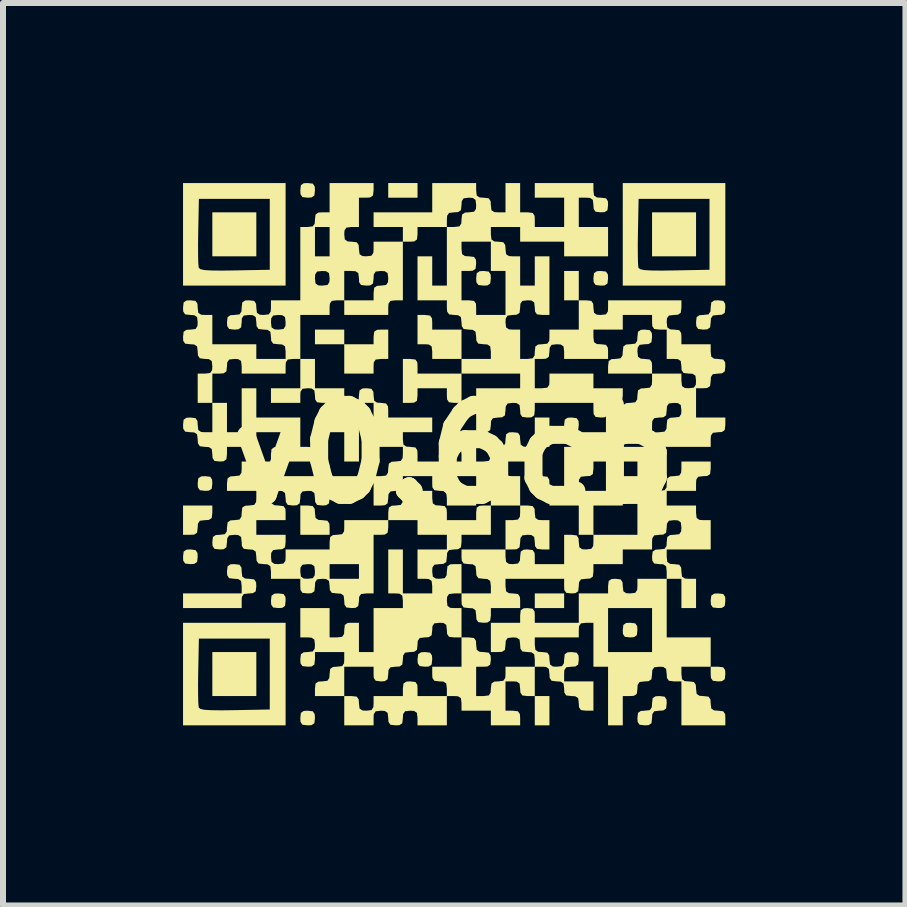
<source format=kicad_pcb>
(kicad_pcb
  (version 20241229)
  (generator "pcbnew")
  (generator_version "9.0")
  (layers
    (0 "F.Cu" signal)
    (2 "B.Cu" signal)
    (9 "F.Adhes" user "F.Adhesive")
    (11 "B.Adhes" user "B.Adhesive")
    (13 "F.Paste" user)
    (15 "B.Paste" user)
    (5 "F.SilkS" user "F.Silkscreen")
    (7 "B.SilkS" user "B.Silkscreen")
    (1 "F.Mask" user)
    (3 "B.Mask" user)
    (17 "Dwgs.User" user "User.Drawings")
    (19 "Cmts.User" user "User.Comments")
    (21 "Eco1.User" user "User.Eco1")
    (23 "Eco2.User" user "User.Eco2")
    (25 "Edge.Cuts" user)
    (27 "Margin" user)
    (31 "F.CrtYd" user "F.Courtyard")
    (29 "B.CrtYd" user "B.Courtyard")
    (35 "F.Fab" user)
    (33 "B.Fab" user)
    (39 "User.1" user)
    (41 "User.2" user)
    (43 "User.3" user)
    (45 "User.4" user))
  (footprint "v0.6cb"
    (layer "F.Cu")
    (at 4.518 4.518)
    (property "Reference" "v0.6cb" (at 0 0 0) (layer "F.SilkS") (effects (font (size 1.5 1.5) (thickness 0.3))))
    (attr board_only exclude_from_pos_files exclude_from_bom)
    (fp_poly (pts (xy -3.297 -3.663) (xy -3.297 -3.297) (xy -3.663 -3.297) (xy -4.03 -3.297) (xy -4.03 -3.663) (xy -4.03 -4.03) (xy -3.663 -4.03) (xy -3.297 -4.03)) (stroke (width 0) (type solid)) (fill yes) (layer "F.SilkS"))
    (fp_poly (pts (xy -3.297 3.663) (xy -3.297 4.03) (xy -3.663 4.03) (xy -4.03 4.03) (xy -4.03 3.663) (xy -4.03 3.297) (xy -3.663 3.297) (xy -3.297 3.297)) (stroke (width 0) (type solid)) (fill yes) (layer "F.SilkS"))
    (fp_poly (pts (xy -0.611 -4.396) (xy -0.611 -4.274) (xy -0.855 -4.274) (xy -1.099 -4.274) (xy -1.099 -4.396) (xy -1.099 -4.518) (xy -0.855 -4.518) (xy -0.611 -4.518)) (stroke (width 0) (type solid)) (fill yes) (layer "F.SilkS"))
    (fp_poly (pts (xy 1.587 4.274) (xy 1.587 4.518) (xy 1.465 4.518) (xy 1.343 4.518) (xy 1.343 4.274) (xy 1.343 4.03) (xy 1.465 4.03) (xy 1.587 4.03)) (stroke (width 0) (type solid)) (fill yes) (layer "F.SilkS"))
    (fp_poly (pts (xy 1.832 2.442) (xy 1.832 2.564) (xy 1.587 2.564) (xy 1.343 2.564) (xy 1.343 2.442) (xy 1.343 2.32) (xy 1.587 2.32) (xy 1.832 2.32)) (stroke (width 0) (type solid)) (fill yes) (layer "F.SilkS"))
    (fp_poly (pts (xy 2.076 -2.809) (xy 2.076 -2.564) (xy 1.954 -2.564) (xy 1.832 -2.564) (xy 1.832 -2.809) (xy 1.832 -3.053) (xy 1.954 -3.053) (xy 2.076 -3.053)) (stroke (width 0) (type solid)) (fill yes) (layer "F.SilkS"))
    (fp_poly (pts (xy 4.03 -3.663) (xy 4.03 -3.297) (xy 3.663 -3.297) (xy 3.297 -3.297) (xy 3.297 -3.663) (xy 3.297 -4.03) (xy 3.663 -4.03) (xy 4.03 -4.03)) (stroke (width 0) (type solid)) (fill yes) (layer "F.SilkS"))
    (fp_poly (pts (xy 4.483 3.551) (xy 4.515 3.599) (xy 4.518 3.663) (xy 4.508 3.75) (xy 4.461 3.782) (xy 4.396 3.786) (xy 4.31 3.775) (xy 4.278 3.728) (xy 4.274 3.663) (xy 4.274 3.541) (xy 4.396 3.541)) (stroke (width 0) (type solid)) (fill yes) (layer "F.SilkS"))
    (fp_poly (pts (xy -4.31 1.598) (xy -4.278 1.645) (xy -4.274 1.71) (xy -4.284 1.796) (xy -4.332 1.828) (xy -4.396 1.832) (xy -4.483 1.822) (xy -4.515 1.774) (xy -4.518 1.71) (xy -4.508 1.623) (xy -4.461 1.591) (xy -4.396 1.587)) (stroke (width 0) (type solid)) (fill yes) (layer "F.SilkS"))
    (fp_poly (pts (xy -4.065 0.376) (xy -4.034 0.424) (xy -4.03 0.488) (xy -4.04 0.575) (xy -4.087 0.607) (xy -4.152 0.611) (xy -4.238 0.6) (xy -4.27 0.553) (xy -4.274 0.488) (xy -4.264 0.402) (xy -4.216 0.37) (xy -4.152 0.366)) (stroke (width 0) (type solid)) (fill yes) (layer "F.SilkS"))
    (fp_poly (pts (xy -2.844 2.33) (xy -2.812 2.378) (xy -2.809 2.442) (xy -2.819 2.529) (xy -2.866 2.561) (xy -2.931 2.564) (xy -3.017 2.554) (xy -3.049 2.507) (xy -3.053 2.442) (xy -3.043 2.356) (xy -2.995 2.324) (xy -2.931 2.32)) (stroke (width 0) (type solid)) (fill yes) (layer "F.SilkS"))
    (fp_poly (pts (xy -2.356 -4.508) (xy -2.324 -4.461) (xy -2.32 -4.396) (xy -2.33 -4.31) (xy -2.378 -4.278) (xy -2.442 -4.274) (xy -2.529 -4.284) (xy -2.561 -4.332) (xy -2.564 -4.396) (xy -2.554 -4.483) (xy -2.507 -4.515) (xy -2.442 -4.518)) (stroke (width 0) (type solid)) (fill yes) (layer "F.SilkS"))
    (fp_poly (pts (xy -2.356 4.284) (xy -2.324 4.332) (xy -2.32 4.396) (xy -2.33 4.483) (xy -2.378 4.515) (xy -2.442 4.518) (xy -2.529 4.508) (xy -2.561 4.461) (xy -2.564 4.396) (xy -2.554 4.31) (xy -2.507 4.278) (xy -2.442 4.274)) (stroke (width 0) (type solid)) (fill yes) (layer "F.SilkS"))
    (fp_poly (pts (xy -0.402 3.307) (xy -0.37 3.355) (xy -0.366 3.419) (xy -0.376 3.506) (xy -0.424 3.538) (xy -0.488 3.541) (xy -0.575 3.531) (xy -0.607 3.484) (xy -0.611 3.419) (xy -0.6 3.333) (xy -0.553 3.301) (xy -0.488 3.297)) (stroke (width 0) (type solid)) (fill yes) (layer "F.SilkS"))
    (fp_poly (pts (xy 0.575 -3.043) (xy 0.607 -2.995) (xy 0.611 -2.931) (xy 0.6 -2.844) (xy 0.553 -2.812) (xy 0.488 -2.809) (xy 0.402 -2.819) (xy 0.37 -2.866) (xy 0.366 -2.931) (xy 0.376 -3.017) (xy 0.424 -3.049) (xy 0.488 -3.053)) (stroke (width 0) (type solid)) (fill yes) (layer "F.SilkS"))
    (fp_poly (pts (xy 1.552 0.376) (xy 1.584 0.424) (xy 1.587 0.488) (xy 1.577 0.575) (xy 1.53 0.607) (xy 1.465 0.611) (xy 1.379 0.6) (xy 1.347 0.553) (xy 1.343 0.488) (xy 1.353 0.402) (xy 1.401 0.37) (xy 1.465 0.366)) (stroke (width 0) (type solid)) (fill yes) (layer "F.SilkS"))
    (fp_poly (pts (xy 2.04 -0.6) (xy 2.072 -0.553) (xy 2.076 -0.488) (xy 2.066 -0.402) (xy 2.018 -0.37) (xy 1.954 -0.366) (xy 1.867 -0.376) (xy 1.835 -0.424) (xy 1.832 -0.488) (xy 1.842 -0.575) (xy 1.889 -0.607) (xy 1.954 -0.611)) (stroke (width 0) (type solid)) (fill yes) (layer "F.SilkS"))
    (fp_poly (pts (xy 2.529 -3.043) (xy 2.561 -2.995) (xy 2.564 -2.931) (xy 2.554 -2.844) (xy 2.507 -2.812) (xy 2.442 -2.809) (xy 2.356 -2.819) (xy 2.324 -2.866) (xy 2.32 -2.931) (xy 2.33 -3.017) (xy 2.378 -3.049) (xy 2.442 -3.053)) (stroke (width 0) (type solid)) (fill yes) (layer "F.SilkS"))
    (fp_poly (pts (xy 3.017 2.819) (xy 3.049 2.866) (xy 3.053 2.931) (xy 3.043 3.017) (xy 2.995 3.049) (xy 2.931 3.053) (xy 2.844 3.043) (xy 2.812 2.995) (xy 2.809 2.931) (xy 2.819 2.844) (xy 2.866 2.812) (xy 2.931 2.809)) (stroke (width 0) (type solid)) (fill yes) (layer "F.SilkS"))
    (fp_poly (pts (xy 4.483 2.33) (xy 4.515 2.378) (xy 4.518 2.442) (xy 4.508 2.529) (xy 4.461 2.561) (xy 4.396 2.564) (xy 4.31 2.554) (xy 4.278 2.507) (xy 4.274 2.442) (xy 4.284 2.356) (xy 4.332 2.324) (xy 4.396 2.32)) (stroke (width 0) (type solid)) (fill yes) (layer "F.SilkS"))
    (fp_poly (pts (xy -4.03 0.977) (xy -4.04 1.063) (xy -4.087 1.095) (xy -4.152 1.099) (xy -4.238 1.109) (xy -4.27 1.157) (xy -4.274 1.221) (xy -4.284 1.308) (xy -4.332 1.34) (xy -4.396 1.343) (xy -4.518 1.343) (xy -4.518 1.099) (xy -4.518 0.855) (xy -4.274 0.855) (xy -4.03 0.855)) (stroke (width 0) (type solid)) (fill yes) (layer "F.SilkS"))
    (fp_poly (pts (xy -2.356 0.865) (xy -2.324 0.912) (xy -2.32 0.977) (xy -2.31 1.063) (xy -2.263 1.095) (xy -2.198 1.099) (xy -2.112 1.109) (xy -2.08 1.157) (xy -2.076 1.221) (xy -2.076 1.343) (xy -2.32 1.343) (xy -2.564 1.343) (xy -2.564 1.099) (xy -2.564 0.855) (xy -2.442 0.855)) (stroke (width 0) (type solid)) (fill yes) (layer "F.SilkS"))
    (fp_poly (pts (xy -0.402 -2.31) (xy -0.37 -2.263) (xy -0.366 -2.198) (xy -0.366 -2.076) (xy -0.122 -2.076) (xy 0.122 -2.076) (xy 0.122 -1.832) (xy 0.122 -1.587) (xy -0.122 -1.587) (xy -0.366 -1.587) (xy -0.366 -1.71) (xy -0.376 -1.796) (xy -0.424 -1.828) (xy -0.488 -1.832) (xy -0.611 -1.832) (xy -0.611 -2.076) (xy -0.611 -2.32) (xy -0.488 -2.32)) (stroke (width 0) (type solid)) (fill yes) (layer "F.SilkS"))
    (fp_poly (pts (xy -0.646 -1.577) (xy -0.614 -1.53) (xy -0.611 -1.465) (xy -0.611 -1.343) (xy -0.244 -1.343) (xy 0.122 -1.343) (xy 0.122 -1.099) (xy 0.122 -0.855) (xy 0 -0.855) (xy -0.086 -0.865) (xy -0.118 -0.912) (xy -0.122 -0.977) (xy -0.122 -1.099) (xy -0.366 -1.099) (xy -0.611 -1.099) (xy -0.611 -0.977) (xy -0.621 -0.89) (xy -0.668 -0.859) (xy -0.733 -0.855) (xy -0.855 -0.855) (xy -0.855 -1.221) (xy -0.855 -1.587) (xy -0.733 -1.587)) (stroke (width 0) (type solid)) (fill yes) (layer "F.SilkS"))
    (fp_poly (pts (xy 3.506 4.04) (xy 3.538 4.087) (xy 3.541 4.152) (xy 3.531 4.238) (xy 3.484 4.27) (xy 3.419 4.274) (xy 3.333 4.284) (xy 3.301 4.332) (xy 3.297 4.396) (xy 3.287 4.483) (xy 3.239 4.515) (xy 3.175 4.518) (xy 3.089 4.508) (xy 3.057 4.461) (xy 3.053 4.396) (xy 3.063 4.31) (xy 3.111 4.278) (xy 3.175 4.274) (xy 3.261 4.264) (xy 3.293 4.216) (xy 3.297 4.152) (xy 3.307 4.065) (xy 3.355 4.034) (xy 3.419 4.03)) (stroke (width 0) (type solid)) (fill yes) (layer "F.SilkS"))
    (fp_poly (pts (xy 4.483 -2.554) (xy 4.515 -2.507) (xy 4.518 -2.442) (xy 4.508 -2.356) (xy 4.461 -2.324) (xy 4.396 -2.32) (xy 4.31 -2.31) (xy 4.278 -2.263) (xy 4.274 -2.198) (xy 4.264 -2.112) (xy 4.216 -2.08) (xy 4.152 -2.076) (xy 4.065 -2.086) (xy 4.034 -2.134) (xy 4.03 -2.198) (xy 4.04 -2.285) (xy 4.087 -2.316) (xy 4.152 -2.32) (xy 4.238 -2.33) (xy 4.27 -2.378) (xy 4.274 -2.442) (xy 4.284 -2.529) (xy 4.332 -2.561) (xy 4.396 -2.564)) (stroke (width 0) (type solid)) (fill yes) (layer "F.SilkS"))
    (fp_poly (pts (xy -1.832 -1.954) (xy -1.832 -1.832) (xy -1.587 -1.832) (xy -1.343 -1.832) (xy -1.343 -1.954) (xy -1.333 -2.04) (xy -1.286 -2.072) (xy -1.221 -2.076) (xy -1.099 -2.076) (xy -1.099 -1.832) (xy -1.099 -1.587) (xy -1.221 -1.587) (xy -1.308 -1.577) (xy -1.34 -1.53) (xy -1.343 -1.465) (xy -1.343 -1.343) (xy -1.587 -1.343) (xy -1.832 -1.343) (xy -1.832 -1.587) (xy -1.832 -1.832) (xy -2.076 -1.832) (xy -2.32 -1.832) (xy -2.32 -1.954) (xy -2.32 -2.076) (xy -2.076 -2.076) (xy -1.832 -2.076)) (stroke (width 0) (type solid)) (fill yes) (layer "F.SilkS"))
    (fp_poly (pts (xy -2.809 -3.663) (xy -2.809 -2.809) (xy -3.663 -2.809) (xy -4.518 -2.809) (xy -4.518 -3.5) (xy -4.268 -3.5) (xy -4.267 -3.321) (xy -4.264 -3.185) (xy -4.257 -3.111) (xy -4.256 -3.105) (xy -4.229 -3.083) (xy -4.163 -3.068) (xy -4.046 -3.061) (xy -3.868 -3.059) (xy -3.654 -3.062) (xy -3.073 -3.073) (xy -3.073 -3.663) (xy -3.073 -4.254) (xy -3.663 -4.254) (xy -4.254 -4.254) (xy -4.265 -3.706) (xy -4.268 -3.5) (xy -4.518 -3.5) (xy -4.518 -3.663) (xy -4.518 -4.518) (xy -3.663 -4.518) (xy -2.809 -4.518)) (stroke (width 0) (type solid)) (fill yes) (layer "F.SilkS"))
    (fp_poly (pts (xy -2.809 3.663) (xy -2.809 4.518) (xy -3.663 4.518) (xy -4.518 4.518) (xy -4.518 3.827) (xy -4.268 3.827) (xy -4.267 4.006) (xy -4.264 4.141) (xy -4.257 4.216) (xy -4.256 4.222) (xy -4.229 4.244) (xy -4.163 4.259) (xy -4.046 4.266) (xy -3.868 4.268) (xy -3.654 4.265) (xy -3.073 4.254) (xy -3.073 3.663) (xy -3.073 3.073) (xy -3.663 3.073) (xy -4.254 3.073) (xy -4.265 3.621) (xy -4.268 3.827) (xy -4.518 3.827) (xy -4.518 3.663) (xy -4.518 2.809) (xy -3.663 2.809) (xy -2.809 2.809)) (stroke (width 0) (type solid)) (fill yes) (layer "F.SilkS"))
    (fp_poly (pts (xy 4.518 -3.663) (xy 4.518 -2.809) (xy 3.663 -2.809) (xy 2.809 -2.809) (xy 2.809 -3.5) (xy 3.059 -3.5) (xy 3.06 -3.321) (xy 3.063 -3.185) (xy 3.069 -3.111) (xy 3.071 -3.105) (xy 3.098 -3.083) (xy 3.164 -3.068) (xy 3.281 -3.061) (xy 3.459 -3.059) (xy 3.673 -3.062) (xy 4.254 -3.073) (xy 4.254 -3.663) (xy 4.254 -4.254) (xy 3.663 -4.254) (xy 3.073 -4.254) (xy 3.062 -3.706) (xy 3.059 -3.5) (xy 2.809 -3.5) (xy 2.809 -3.663) (xy 2.809 -4.518) (xy 3.663 -4.518) (xy 4.518 -4.518)) (stroke (width 0) (type solid)) (fill yes) (layer "F.SilkS"))
    (fp_poly (pts (xy 1.308 0.865) (xy 1.34 0.912) (xy 1.343 0.977) (xy 1.353 1.063) (xy 1.401 1.095) (xy 1.465 1.099) (xy 1.587 1.099) (xy 1.587 1.343) (xy 1.587 1.587) (xy 1.465 1.587) (xy 1.379 1.577) (xy 1.347 1.53) (xy 1.343 1.465) (xy 1.333 1.379) (xy 1.286 1.347) (xy 1.221 1.343) (xy 1.135 1.353) (xy 1.103 1.401) (xy 1.099 1.465) (xy 1.089 1.552) (xy 1.041 1.584) (xy 0.977 1.587) (xy 0.855 1.587) (xy 0.855 1.343) (xy 0.855 1.099) (xy 0.977 1.099) (xy 1.063 1.089) (xy 1.095 1.041) (xy 1.099 0.977) (xy 1.099 0.855) (xy 1.221 0.855)) (stroke (width 0) (type solid)) (fill yes) (layer "F.SilkS"))
    (fp_poly (pts (xy -3.577 1.842) (xy -3.545 1.889) (xy -3.541 1.954) (xy -3.531 2.04) (xy -3.484 2.072) (xy -3.419 2.076) (xy -3.333 2.086) (xy -3.301 2.134) (xy -3.297 2.198) (xy -3.307 2.285) (xy -3.355 2.316) (xy -3.419 2.32) (xy -3.506 2.33) (xy -3.538 2.378) (xy -3.541 2.442) (xy -3.541 2.564) (xy -4.03 2.564) (xy -4.518 2.564) (xy -4.518 2.442) (xy -4.518 2.32) (xy -4.03 2.32) (xy -3.541 2.32) (xy -3.541 2.198) (xy -3.551 2.112) (xy -3.599 2.08) (xy -3.663 2.076) (xy -3.75 2.066) (xy -3.782 2.018) (xy -3.786 1.954) (xy -3.775 1.867) (xy -3.728 1.835) (xy -3.663 1.832)) (stroke (width 0) (type solid)) (fill yes) (layer "F.SilkS"))
    (fp_poly (pts (xy 3.261 -2.066) (xy 3.293 -2.018) (xy 3.297 -1.954) (xy 3.287 -1.867) (xy 3.239 -1.835) (xy 3.175 -1.832) (xy 3.089 -1.822) (xy 3.057 -1.774) (xy 3.053 -1.71) (xy 3.063 -1.623) (xy 3.111 -1.591) (xy 3.175 -1.587) (xy 3.261 -1.577) (xy 3.293 -1.53) (xy 3.297 -1.465) (xy 3.297 -1.343) (xy 2.931 -1.343) (xy 2.564 -1.343) (xy 2.564 -1.465) (xy 2.575 -1.552) (xy 2.622 -1.584) (xy 2.687 -1.587) (xy 2.773 -1.598) (xy 2.805 -1.645) (xy 2.809 -1.71) (xy 2.819 -1.796) (xy 2.866 -1.828) (xy 2.931 -1.832) (xy 3.017 -1.842) (xy 3.049 -1.889) (xy 3.053 -1.954) (xy 3.063 -2.04) (xy 3.111 -2.072) (xy 3.175 -2.076)) (stroke (width 0) (type solid)) (fill yes) (layer "F.SilkS"))
    (fp_poly (pts (xy -2.32 -1.343) (xy -2.32 -1.099) (xy -2.076 -1.099) (xy -1.832 -1.099) (xy -1.832 -0.977) (xy -1.822 -0.89) (xy -1.774 -0.859) (xy -1.71 -0.855) (xy -1.623 -0.865) (xy -1.591 -0.912) (xy -1.587 -0.977) (xy -1.577 -1.063) (xy -1.53 -1.095) (xy -1.465 -1.099) (xy -1.379 -1.089) (xy -1.347 -1.041) (xy -1.343 -0.977) (xy -1.333 -0.89) (xy -1.286 -0.859) (xy -1.221 -0.855) (xy -1.135 -0.845) (xy -1.103 -0.797) (xy -1.099 -0.733) (xy -1.099 -0.611) (xy -0.733 -0.611) (xy -0.366 -0.611) (xy -0.366 -0.488) (xy -0.366 -0.366) (xy -0.611 -0.366) (xy -0.855 -0.366) (xy -0.855 -0.244) (xy -0.845 -0.158) (xy -0.797 -0.126) (xy -0.733 -0.122) (xy -0.646 -0.112) (xy -0.614 -0.064) (xy -0.611 0) (xy -0.611 0.122) (xy -0.244 0.122) (xy 0.122 0.122) (xy 0.122 0) (xy 0.112 -0.086) (xy 0.064 -0.118) (xy 0 -0.122) (xy -0.086 -0.132) (xy -0.118 -0.18) (xy -0.122 -0.244) (xy -0.122 -0.366) (xy 0.122 -0.366) (xy 0.366 -0.366) (xy 0.366 -0.122) (xy 0.366 0.122) (xy 0.488 0.122) (xy 0.575 0.112) (xy 0.607 0.064) (xy 0.611 0) (xy 0.621 -0.086) (xy 0.668 -0.118) (xy 0.733 -0.122) (xy 0.819 -0.132) (xy 0.851 -0.18) (xy 0.855 -0.244) (xy 0.865 -0.331) (xy 0.912 -0.363) (xy 0.977 -0.366) (xy 1.063 -0.356) (xy 1.095 -0.309) (xy 1.099 -0.244) (xy 1.109 -0.158) (xy 1.157 -0.126) (xy 1.221 -0.122) (xy 1.343 -0.122) (xy 1.343 -0.366) (xy 1.343 -0.611) (xy 1.465 -0.611) (xy 1.587 -0.611) (xy 1.587 -0.366) (xy 1.587 -0.122) (xy 1.465 -0.122) (xy 1.379 -0.112) (xy 1.347 -0.064) (xy 1.343 0) (xy 1.343 0.122) (xy 1.099 0.122) (xy 0.855 0.122) (xy 0.855 0.244) (xy 0.865 0.331) (xy 0.912 0.363) (xy 0.977 0.366) (xy 1.099 0.366) (xy 1.099 0.611) (xy 1.099 0.855) (xy 0.855 0.855) (xy 0.611 0.855) (xy 0.611 0.733) (xy 0.6 0.646) (xy 0.553 0.614) (xy 0.488 0.611) (xy 0.402 0.621) (xy 0.37 0.668) (xy 0.366 0.733) (xy 0.366 0.855) (xy 0.122 0.855) (xy -0.122 0.855) (xy -0.122 0.733) (xy -0.132 0.646) (xy -0.18 0.614) (xy -0.244 0.611) (xy -0.331 0.6) (xy -0.363 0.553) (xy -0.366 0.488) (xy -0.366 0.366) (xy -0.122 0.366) (xy -0.122 0.488) (xy -0.122 0.611) (xy 0.122 0.611) (xy 0.366 0.611) (xy 0.366 0.488) (xy 0.366 0.366) (xy 0.122 0.366) (xy -0.122 0.366) (xy -0.366 0.366) (xy -0.611 0.366) (xy -0.855 0.366) (xy -0.855 0.488) (xy -0.865 0.575) (xy -0.912 0.607) (xy -0.977 0.611) (xy -1.063 0.621) (xy -1.095 0.668) (xy -1.099 0.733) (xy -1.109 0.819) (xy -1.157 0.851) (xy -1.221 0.855) (xy -1.343 0.855) (xy -1.343 0.611) (xy -1.343 0.366) (xy -1.221 0.366) (xy -1.135 0.356) (xy -1.103 0.309) (xy -1.099 0.244) (xy -1.089 0.158) (xy -1.041 0.126) (xy -0.977 0.122) (xy -0.89 0.112) (xy -0.859 0.064) (xy -0.855 0) (xy -0.855 -0.122) (xy -1.099 -0.122) (xy -1.343 -0.122) (xy -1.343 -0.488) (xy -1.343 -0.855) (xy -1.465 -0.855) (xy -1.587 -0.855) (xy -1.587 -0.366) (xy -1.587 0.122) (xy -1.71 0.122) (xy -1.832 0.122) (xy -1.832 -0.122) (xy -1.832 -0.366) (xy -1.954 -0.366) (xy -2.076 -0.366) (xy -2.076 -0.611) (xy -2.076 -0.855) (xy -2.198 -0.855) (xy -2.285 -0.865) (xy -2.316 -0.912) (xy -2.32 -0.977) (xy -2.33 -1.063) (xy -2.378 -1.095) (xy -2.442 -1.099) (xy -2.529 -1.089) (xy -2.561 -1.041) (xy -2.564 -0.977) (xy -2.564 -0.855) (xy -2.809 -0.855) (xy -3.053 -0.855) (xy -3.053 -0.977) (xy -3.053 -1.099) (xy -2.809 -1.099) (xy -2.564 -1.099) (xy -2.564 -1.343) (xy -2.564 -1.587) (xy -2.442 -1.587) (xy -2.32 -1.587)) (stroke (width 0) (type solid)) (fill yes) (layer "F.SilkS"))
    (fp_poly (pts (xy -3.297 -0.855) (xy -3.297 -0.611) (xy -2.931 -0.611) (xy -2.564 -0.611) (xy -2.564 -0.366) (xy -2.564 -0.122) (xy -2.442 -0.122) (xy -2.356 -0.112) (xy -2.324 -0.064) (xy -2.32 0) (xy -2.32 0.122) (xy -2.687 0.122) (xy -3.053 0.122) (xy -3.053 0.244) (xy -3.053 0.366) (xy -2.687 0.366) (xy -2.32 0.366) (xy -2.32 0.244) (xy -2.31 0.158) (xy -2.263 0.126) (xy -2.198 0.122) (xy -2.112 0.132) (xy -2.08 0.18) (xy -2.076 0.244) (xy -2.076 0.366) (xy -1.832 0.366) (xy -1.587 0.366) (xy -1.587 0.488) (xy -1.587 0.611) (xy -1.832 0.611) (xy -2.076 0.611) (xy -2.076 0.733) (xy -2.086 0.819) (xy -2.134 0.851) (xy -2.198 0.855) (xy -2.285 0.845) (xy -2.316 0.797) (xy -2.32 0.733) (xy -2.33 0.646) (xy -2.378 0.614) (xy -2.442 0.611) (xy -2.529 0.621) (xy -2.561 0.668) (xy -2.564 0.733) (xy -2.575 0.819) (xy -2.622 0.851) (xy -2.687 0.855) (xy -2.773 0.845) (xy -2.805 0.797) (xy -2.809 0.733) (xy -2.819 0.646) (xy -2.866 0.614) (xy -2.931 0.611) (xy -3.017 0.621) (xy -3.049 0.668) (xy -3.053 0.733) (xy -3.043 0.819) (xy -2.995 0.851) (xy -2.931 0.855) (xy -2.844 0.865) (xy -2.812 0.912) (xy -2.809 0.977) (xy -2.809 1.099) (xy -3.053 1.099) (xy -3.297 1.099) (xy -3.297 1.221) (xy -3.297 1.343) (xy -3.053 1.343) (xy -2.809 1.343) (xy -2.809 1.465) (xy -2.819 1.552) (xy -2.866 1.584) (xy -2.931 1.587) (xy -3.017 1.598) (xy -3.049 1.645) (xy -3.053 1.71) (xy -3.043 1.796) (xy -2.995 1.828) (xy -2.931 1.832) (xy -2.844 1.822) (xy -2.812 1.774) (xy -2.809 1.71) (xy -2.809 1.587) (xy -2.442 1.587) (xy -2.076 1.587) (xy -2.076 1.465) (xy -2.066 1.379) (xy -2.018 1.347) (xy -1.954 1.343) (xy -1.867 1.333) (xy -1.835 1.286) (xy -1.832 1.221) (xy -1.832 1.099) (xy -1.465 1.099) (xy -1.099 1.099) (xy -1.099 0.977) (xy -1.089 0.89) (xy -1.041 0.859) (xy -0.977 0.855) (xy -0.89 0.845) (xy -0.859 0.797) (xy -0.855 0.733) (xy -0.855 0.611) (xy -0.611 0.611) (xy -0.366 0.611) (xy -0.366 0.733) (xy -0.356 0.819) (xy -0.309 0.851) (xy -0.244 0.855) (xy -0.158 0.865) (xy -0.126 0.912) (xy -0.122 0.977) (xy -0.122 1.099) (xy 0.122 1.099) (xy 0.366 1.099) (xy 0.366 0.977) (xy 0.376 0.89) (xy 0.424 0.859) (xy 0.488 0.855) (xy 0.611 0.855) (xy 0.611 1.099) (xy 0.611 1.343) (xy 0.366 1.343) (xy 0.122 1.343) (xy 0.122 1.465) (xy 0.112 1.552) (xy 0.064 1.584) (xy 0 1.587) (xy -0.086 1.598) (xy -0.118 1.645) (xy -0.122 1.71) (xy -0.132 1.796) (xy -0.18 1.828) (xy -0.244 1.832) (xy -0.331 1.842) (xy -0.363 1.889) (xy -0.366 1.954) (xy -0.356 2.04) (xy -0.309 2.072) (xy -0.244 2.076) (xy -0.158 2.066) (xy -0.126 2.018) (xy -0.122 1.954) (xy -0.112 1.867) (xy -0.064 1.835) (xy 0 1.832) (xy 0.122 1.832) (xy 0.122 2.076) (xy 0.122 2.32) (xy 0 2.32) (xy -0.086 2.33) (xy -0.118 2.378) (xy -0.122 2.442) (xy -0.112 2.529) (xy -0.064 2.561) (xy 0 2.564) (xy 0.122 2.564) (xy 0.122 2.809) (xy 0.122 3.053) (xy 0 3.053) (xy -0.086 3.043) (xy -0.118 2.995) (xy -0.122 2.931) (xy -0.132 2.844) (xy -0.18 2.812) (xy -0.244 2.809) (xy -0.331 2.819) (xy -0.363 2.866) (xy -0.366 2.931) (xy -0.376 3.017) (xy -0.424 3.049) (xy -0.488 3.053) (xy -0.575 3.063) (xy -0.607 3.111) (xy -0.611 3.175) (xy -0.621 3.261) (xy -0.668 3.293) (xy -0.733 3.297) (xy -0.819 3.307) (xy -0.851 3.355) (xy -0.855 3.419) (xy -0.865 3.506) (xy -0.912 3.538) (xy -0.977 3.541) (xy -1.063 3.551) (xy -1.095 3.599) (xy -1.099 3.663) (xy -1.109 3.75) (xy -1.157 3.782) (xy -1.221 3.786) (xy -1.308 3.775) (xy -1.34 3.728) (xy -1.343 3.663) (xy -1.343 3.541) (xy -1.587 3.541) (xy -1.832 3.541) (xy -1.832 3.786) (xy -1.832 4.03) (xy -2.076 4.03) (xy -2.32 4.03) (xy -2.32 3.908) (xy -2.31 3.821) (xy -2.263 3.789) (xy -2.198 3.786) (xy -2.112 3.775) (xy -2.08 3.728) (xy -2.076 3.663) (xy -2.066 3.577) (xy -2.018 3.545) (xy -1.954 3.541) (xy -1.867 3.531) (xy -1.835 3.484) (xy -1.832 3.419) (xy -1.832 3.297) (xy -2.076 3.297) (xy -2.32 3.297) (xy -2.32 3.419) (xy -2.33 3.506) (xy -2.378 3.538) (xy -2.442 3.541) (xy -2.529 3.531) (xy -2.561 3.484) (xy -2.564 3.419) (xy -2.554 3.333) (xy -2.507 3.301) (xy -2.442 3.297) (xy -2.356 3.287) (xy -2.324 3.239) (xy -2.32 3.175) (xy -2.33 3.089) (xy -2.378 3.057) (xy -2.442 3.053) (xy -2.564 3.053) (xy -2.564 2.809) (xy -2.564 2.564) (xy -2.32 2.564) (xy -2.076 2.564) (xy -2.076 2.809) (xy -2.076 3.053) (xy -1.954 3.053) (xy -1.867 3.043) (xy -1.835 2.995) (xy -1.832 2.931) (xy -1.822 2.844) (xy -1.774 2.812) (xy -1.71 2.809) (xy -1.587 2.809) (xy -1.587 3.053) (xy -1.587 3.297) (xy -1.465 3.297) (xy -1.343 3.297) (xy -1.343 2.931) (xy -1.343 2.564) (xy -1.099 2.564) (xy -0.855 2.564) (xy -0.855 2.442) (xy -0.865 2.356) (xy -0.912 2.324) (xy -0.977 2.32) (xy -1.099 2.32) (xy -1.099 1.954) (xy -1.099 1.587) (xy -0.977 1.587) (xy -0.855 1.587) (xy -0.855 1.954) (xy -0.855 2.32) (xy -0.611 2.32) (xy -0.366 2.32) (xy -0.366 2.198) (xy -0.376 2.112) (xy -0.424 2.08) (xy -0.488 2.076) (xy -0.611 2.076) (xy -0.611 1.832) (xy -0.611 1.587) (xy -0.366 1.587) (xy -0.122 1.587) (xy -0.122 1.465) (xy -0.122 1.343) (xy -0.366 1.343) (xy -0.611 1.343) (xy -0.611 1.221) (xy -0.611 1.099) (xy -0.855 1.099) (xy -1.099 1.099) (xy -1.099 1.221) (xy -1.109 1.308) (xy -1.157 1.34) (xy -1.221 1.343) (xy -1.343 1.343) (xy -1.343 1.832) (xy -1.343 2.32) (xy -1.465 2.32) (xy -1.552 2.33) (xy -1.584 2.378) (xy -1.587 2.442) (xy -1.598 2.529) (xy -1.645 2.561) (xy -1.71 2.564) (xy -1.796 2.554) (xy -1.828 2.507) (xy -1.832 2.442) (xy -1.842 2.356) (xy -1.889 2.324) (xy -1.954 2.32) (xy -2.04 2.31) (xy -2.072 2.263) (xy -2.076 2.198) (xy -2.086 2.112) (xy -2.134 2.08) (xy -2.198 2.076) (xy -2.285 2.086) (xy -2.316 2.134) (xy -2.32 2.198) (xy -2.33 2.285) (xy -2.378 2.316) (xy -2.442 2.32) (xy -2.529 2.31) (xy -2.561 2.263) (xy -2.564 2.198) (xy -2.564 2.076) (xy -2.809 2.076) (xy -3.053 2.076) (xy -3.053 1.954) (xy -2.564 1.954) (xy -2.554 2.04) (xy -2.507 2.072) (xy -2.442 2.076) (xy -2.356 2.066) (xy -2.324 2.018) (xy -2.32 1.954) (xy -2.33 1.867) (xy -2.378 1.835) (xy -2.442 1.832) (xy -2.076 1.832) (xy -2.076 1.954) (xy -2.076 2.076) (xy -1.832 2.076) (xy -1.587 2.076) (xy -1.587 1.954) (xy -1.587 1.832) (xy -1.832 1.832) (xy -2.076 1.832) (xy -2.442 1.832) (xy -2.529 1.842) (xy -2.561 1.889) (xy -2.564 1.954) (xy -3.053 1.954) (xy -3.063 1.867) (xy -3.111 1.835) (xy -3.175 1.832) (xy -3.261 1.822) (xy -3.293 1.774) (xy -3.297 1.71) (xy -3.307 1.623) (xy -3.355 1.591) (xy -3.419 1.587) (xy -3.506 1.577) (xy -3.538 1.53) (xy -3.541 1.465) (xy -3.551 1.379) (xy -3.599 1.347) (xy -3.663 1.343) (xy -3.75 1.353) (xy -3.782 1.401) (xy -3.786 1.465) (xy -3.796 1.552) (xy -3.843 1.584) (xy -3.908 1.587) (xy -3.994 1.577) (xy -4.026 1.53) (xy -4.03 1.465) (xy -4.02 1.379) (xy -3.972 1.347) (xy -3.908 1.343) (xy -3.821 1.333) (xy -3.789 1.286) (xy -3.786 1.221) (xy -3.775 1.135) (xy -3.728 1.103) (xy -3.663 1.099) (xy -3.577 1.089) (xy -3.545 1.041) (xy -3.541 0.977) (xy -3.531 0.89) (xy -3.484 0.859) (xy -3.419 0.855) (xy -3.333 0.845) (xy -3.301 0.797) (xy -3.297 0.733) (xy -3.297 0.611) (xy -3.541 0.611) (xy -3.786 0.611) (xy -3.786 0.488) (xy -3.775 0.402) (xy -3.728 0.37) (xy -3.663 0.366) (xy -3.577 0.356) (xy -3.545 0.309) (xy -3.541 0.244) (xy -3.541 0.122) (xy -3.297 0.122) (xy -3.053 0.122) (xy -3.053 0) (xy -3.043 -0.086) (xy -2.995 -0.118) (xy -2.931 -0.122) (xy -2.844 -0.132) (xy -2.812 -0.18) (xy -2.809 -0.244) (xy -2.809 -0.366) (xy -3.053 -0.366) (xy -3.297 -0.366) (xy -3.297 -0.244) (xy -3.297 -0.122) (xy -3.541 -0.122) (xy -3.786 -0.122) (xy -3.786 0) (xy -3.796 0.086) (xy -3.843 0.118) (xy -3.908 0.122) (xy -3.994 0.112) (xy -4.026 0.064) (xy -4.03 0) (xy -4.04 -0.086) (xy -4.087 -0.118) (xy -4.152 -0.122) (xy -4.238 -0.132) (xy -4.27 -0.18) (xy -4.274 -0.244) (xy -4.284 -0.331) (xy -4.332 -0.363) (xy -4.396 -0.366) (xy -4.483 -0.376) (xy -4.515 -0.424) (xy -4.518 -0.488) (xy -4.508 -0.575) (xy -4.461 -0.607) (xy -4.396 -0.611) (xy -4.31 -0.6) (xy -4.278 -0.553) (xy -4.274 -0.488) (xy -4.264 -0.402) (xy -4.216 -0.37) (xy -4.152 -0.366) (xy -4.03 -0.366) (xy -4.03 -0.611) (xy -4.03 -0.855) (xy -3.908 -0.855) (xy -3.786 -0.855) (xy -3.786 -0.611) (xy -3.786 -0.366) (xy -3.663 -0.366) (xy -3.541 -0.366) (xy -3.541 -0.733) (xy -3.541 -1.099) (xy -3.419 -1.099) (xy -3.297 -1.099)) (stroke (width 0) (type solid)) (fill yes) (layer "F.SilkS"))
    (fp_poly (pts (xy -1.343 -4.396) (xy -1.353 -4.31) (xy -1.401 -4.278) (xy -1.465 -4.274) (xy -1.587 -4.274) (xy -1.587 -4.03) (xy -1.587 -3.786) (xy -1.71 -3.786) (xy -1.796 -3.775) (xy -1.828 -3.728) (xy -1.832 -3.663) (xy -1.822 -3.577) (xy -1.774 -3.545) (xy -1.71 -3.541) (xy -1.623 -3.531) (xy -1.591 -3.484) (xy -1.587 -3.419) (xy -1.577 -3.333) (xy -1.53 -3.301) (xy -1.465 -3.297) (xy -1.379 -3.307) (xy -1.347 -3.355) (xy -1.343 -3.419) (xy -1.343 -3.541) (xy -1.099 -3.541) (xy -0.855 -3.541) (xy -0.855 -3.663) (xy -0.855 -3.786) (xy -1.099 -3.786) (xy -1.343 -3.786) (xy -1.343 -3.908) (xy -1.343 -4.03) (xy -0.855 -4.03) (xy -0.366 -4.03) (xy -0.366 -4.274) (xy -0.366 -4.518) (xy 0 -4.518) (xy 0.366 -4.518) (xy 0.366 -4.396) (xy 0.376 -4.31) (xy 0.424 -4.278) (xy 0.488 -4.274) (xy 0.575 -4.264) (xy 0.607 -4.216) (xy 0.611 -4.152) (xy 0.621 -4.065) (xy 0.668 -4.034) (xy 0.733 -4.03) (xy 0.855 -4.03) (xy 0.855 -4.274) (xy 0.855 -4.518) (xy 0.977 -4.518) (xy 1.099 -4.518) (xy 1.099 -4.274) (xy 1.099 -4.03) (xy 1.221 -4.03) (xy 1.308 -4.02) (xy 1.34 -3.972) (xy 1.343 -3.908) (xy 1.343 -3.786) (xy 1.587 -3.786) (xy 1.832 -3.786) (xy 1.832 -4.03) (xy 1.832 -4.274) (xy 1.587 -4.274) (xy 1.343 -4.274) (xy 1.343 -4.396) (xy 1.343 -4.518) (xy 1.832 -4.518) (xy 2.32 -4.518) (xy 2.32 -4.396) (xy 2.33 -4.31) (xy 2.378 -4.278) (xy 2.442 -4.274) (xy 2.529 -4.264) (xy 2.561 -4.216) (xy 2.564 -4.152) (xy 2.554 -4.065) (xy 2.507 -4.034) (xy 2.442 -4.03) (xy 2.356 -4.04) (xy 2.324 -4.087) (xy 2.32 -4.152) (xy 2.31 -4.238) (xy 2.263 -4.27) (xy 2.198 -4.274) (xy 2.076 -4.274) (xy 2.076 -4.03) (xy 2.076 -3.786) (xy 2.32 -3.786) (xy 2.564 -3.786) (xy 2.564 -3.541) (xy 2.564 -3.297) (xy 2.198 -3.297) (xy 1.832 -3.297) (xy 1.832 -3.419) (xy 1.832 -3.541) (xy 1.465 -3.541) (xy 1.099 -3.541) (xy 1.099 -3.663) (xy 1.099 -3.786) (xy 0.855 -3.786) (xy 0.611 -3.786) (xy 0.611 -3.663) (xy 0.621 -3.577) (xy 0.668 -3.545) (xy 0.733 -3.541) (xy 0.819 -3.531) (xy 0.851 -3.484) (xy 0.855 -3.419) (xy 0.865 -3.333) (xy 0.912 -3.301) (xy 0.977 -3.297) (xy 1.099 -3.297) (xy 1.099 -3.053) (xy 1.099 -2.809) (xy 1.221 -2.809) (xy 1.343 -2.809) (xy 1.343 -3.053) (xy 1.343 -3.297) (xy 1.465 -3.297) (xy 1.587 -3.297) (xy 1.587 -2.809) (xy 1.587 -2.32) (xy 1.465 -2.32) (xy 1.379 -2.33) (xy 1.347 -2.378) (xy 1.343 -2.442) (xy 1.333 -2.529) (xy 1.286 -2.561) (xy 1.221 -2.564) (xy 1.135 -2.554) (xy 1.103 -2.507) (xy 1.099 -2.442) (xy 1.089 -2.356) (xy 1.041 -2.324) (xy 0.977 -2.32) (xy 0.89 -2.31) (xy 0.859 -2.263) (xy 0.855 -2.198) (xy 0.865 -2.112) (xy 0.912 -2.08) (xy 0.977 -2.076) (xy 1.099 -2.076) (xy 1.099 -1.832) (xy 1.099 -1.587) (xy 1.221 -1.587) (xy 1.308 -1.598) (xy 1.34 -1.645) (xy 1.343 -1.71) (xy 1.353 -1.796) (xy 1.401 -1.828) (xy 1.465 -1.832) (xy 1.552 -1.842) (xy 1.584 -1.889) (xy 1.587 -1.954) (xy 1.587 -2.076) (xy 1.832 -2.076) (xy 2.076 -2.076) (xy 2.076 -2.32) (xy 2.076 -2.564) (xy 2.198 -2.564) (xy 2.285 -2.554) (xy 2.316 -2.507) (xy 2.32 -2.442) (xy 2.33 -2.356) (xy 2.378 -2.324) (xy 2.442 -2.32) (xy 2.529 -2.33) (xy 2.561 -2.378) (xy 2.564 -2.442) (xy 2.564 -2.564) (xy 3.175 -2.564) (xy 3.786 -2.564) (xy 3.786 -2.442) (xy 3.775 -2.356) (xy 3.728 -2.324) (xy 3.663 -2.32) (xy 3.577 -2.31) (xy 3.545 -2.263) (xy 3.541 -2.198) (xy 3.551 -2.112) (xy 3.599 -2.08) (xy 3.663 -2.076) (xy 3.75 -2.066) (xy 3.782 -2.018) (xy 3.786 -1.954) (xy 3.786 -1.832) (xy 4.03 -1.832) (xy 4.274 -1.832) (xy 4.274 -1.71) (xy 4.284 -1.623) (xy 4.332 -1.591) (xy 4.396 -1.587) (xy 4.483 -1.577) (xy 4.515 -1.53) (xy 4.518 -1.465) (xy 4.508 -1.379) (xy 4.461 -1.347) (xy 4.396 -1.343) (xy 4.31 -1.333) (xy 4.278 -1.286) (xy 4.274 -1.221) (xy 4.264 -1.135) (xy 4.216 -1.103) (xy 4.152 -1.099) (xy 4.03 -1.099) (xy 4.03 -0.855) (xy 4.03 -0.611) (xy 4.274 -0.611) (xy 4.518 -0.611) (xy 4.518 -0.488) (xy 4.508 -0.402) (xy 4.461 -0.37) (xy 4.396 -0.366) (xy 4.31 -0.356) (xy 4.278 -0.309) (xy 4.274 -0.244) (xy 4.274 -0.122) (xy 3.786 -0.122) (xy 3.297 -0.122) (xy 3.297 0.244) (xy 3.297 0.611) (xy 3.419 0.611) (xy 3.506 0.6) (xy 3.538 0.553) (xy 3.541 0.488) (xy 3.551 0.402) (xy 3.599 0.37) (xy 3.663 0.366) (xy 3.75 0.356) (xy 3.782 0.309) (xy 3.786 0.244) (xy 3.786 0.122) (xy 4.03 0.122) (xy 4.274 0.122) (xy 4.274 0.244) (xy 4.264 0.331) (xy 4.216 0.363) (xy 4.152 0.366) (xy 4.065 0.376) (xy 4.034 0.424) (xy 4.03 0.488) (xy 4.03 0.611) (xy 3.786 0.611) (xy 3.541 0.611) (xy 3.541 0.733) (xy 3.541 0.855) (xy 3.786 0.855) (xy 4.03 0.855) (xy 4.03 0.977) (xy 4.04 1.063) (xy 4.087 1.095) (xy 4.152 1.099) (xy 4.274 1.099) (xy 4.274 1.343) (xy 4.274 1.587) (xy 3.908 1.587) (xy 3.541 1.587) (xy 3.541 1.71) (xy 3.551 1.796) (xy 3.599 1.828) (xy 3.663 1.832) (xy 3.75 1.842) (xy 3.782 1.889) (xy 3.786 1.954) (xy 3.796 2.04) (xy 3.843 2.072) (xy 3.908 2.076) (xy 4.03 2.076) (xy 4.03 2.32) (xy 4.03 2.564) (xy 3.908 2.564) (xy 3.786 2.564) (xy 3.786 2.32) (xy 3.786 2.076) (xy 3.663 2.076) (xy 3.541 2.076) (xy 3.541 2.564) (xy 3.541 3.053) (xy 3.908 3.053) (xy 4.274 3.053) (xy 4.274 3.297) (xy 4.274 3.541) (xy 4.03 3.541) (xy 3.786 3.541) (xy 3.786 3.663) (xy 3.796 3.75) (xy 3.843 3.782) (xy 3.908 3.786) (xy 3.994 3.796) (xy 4.026 3.843) (xy 4.03 3.908) (xy 4.04 3.994) (xy 4.087 4.026) (xy 4.152 4.03) (xy 4.238 4.04) (xy 4.27 4.087) (xy 4.274 4.152) (xy 4.284 4.238) (xy 4.332 4.27) (xy 4.396 4.274) (xy 4.483 4.284) (xy 4.515 4.332) (xy 4.518 4.396) (xy 4.518 4.518) (xy 4.152 4.518) (xy 3.786 4.518) (xy 3.786 4.152) (xy 3.786 3.786) (xy 3.663 3.786) (xy 3.577 3.775) (xy 3.545 3.728) (xy 3.541 3.663) (xy 3.531 3.577) (xy 3.484 3.545) (xy 3.419 3.541) (xy 3.333 3.551) (xy 3.301 3.599) (xy 3.297 3.663) (xy 3.287 3.75) (xy 3.239 3.782) (xy 3.175 3.786) (xy 3.089 3.796) (xy 3.057 3.843) (xy 3.053 3.908) (xy 3.043 3.994) (xy 2.995 4.026) (xy 2.931 4.03) (xy 2.809 4.03) (xy 2.809 4.274) (xy 2.809 4.518) (xy 2.687 4.518) (xy 2.564 4.518) (xy 2.564 4.03) (xy 2.564 3.541) (xy 2.442 3.541) (xy 2.32 3.541) (xy 2.32 3.175) (xy 2.32 2.809) (xy 2.198 2.809) (xy 2.112 2.819) (xy 2.08 2.866) (xy 2.076 2.931) (xy 2.076 3.053) (xy 1.71 3.053) (xy 1.343 3.053) (xy 1.343 3.175) (xy 1.353 3.261) (xy 1.401 3.293) (xy 1.465 3.297) (xy 1.552 3.307) (xy 1.584 3.355) (xy 1.587 3.419) (xy 1.598 3.506) (xy 1.645 3.538) (xy 1.71 3.541) (xy 1.796 3.531) (xy 1.828 3.484) (xy 1.832 3.419) (xy 1.842 3.333) (xy 1.889 3.301) (xy 1.954 3.297) (xy 2.04 3.307) (xy 2.072 3.355) (xy 2.076 3.419) (xy 2.066 3.506) (xy 2.018 3.538) (xy 1.954 3.541) (xy 1.867 3.551) (xy 1.835 3.599) (xy 1.832 3.663) (xy 1.832 3.786) (xy 2.076 3.786) (xy 2.32 3.786) (xy 2.32 4.03) (xy 2.32 4.274) (xy 2.198 4.274) (xy 2.112 4.264) (xy 2.08 4.216) (xy 2.076 4.152) (xy 2.066 4.065) (xy 2.018 4.034) (xy 1.954 4.03) (xy 1.867 4.02) (xy 1.835 3.972) (xy 1.832 3.908) (xy 1.822 3.821) (xy 1.774 3.789) (xy 1.71 3.786) (xy 1.623 3.775) (xy 1.591 3.728) (xy 1.587 3.663) (xy 1.577 3.577) (xy 1.53 3.545) (xy 1.465 3.541) (xy 1.343 3.541) (xy 1.343 3.786) (xy 1.343 4.03) (xy 1.221 4.03) (xy 1.135 4.02) (xy 1.103 3.972) (xy 1.099 3.908) (xy 1.089 3.821) (xy 1.041 3.789) (xy 0.977 3.786) (xy 0.855 3.786) (xy 0.855 4.03) (xy 0.855 4.274) (xy 0.977 4.274) (xy 1.063 4.284) (xy 1.095 4.332) (xy 1.099 4.396) (xy 1.099 4.518) (xy 0.855 4.518) (xy 0.611 4.518) (xy 0.611 4.396) (xy 0.611 4.274) (xy 0.366 4.274) (xy 0.122 4.274) (xy 0.122 4.152) (xy 0.112 4.065) (xy 0.064 4.034) (xy 0 4.03) (xy -0.122 4.03) (xy -0.122 4.274) (xy -0.122 4.518) (xy -0.366 4.518) (xy -0.611 4.518) (xy -0.611 4.396) (xy -0.621 4.31) (xy -0.668 4.278) (xy -0.733 4.274) (xy -0.819 4.284) (xy -0.851 4.332) (xy -0.855 4.396) (xy -0.865 4.483) (xy -0.912 4.515) (xy -0.977 4.518) (xy -1.063 4.508) (xy -1.095 4.461) (xy -1.099 4.396) (xy -1.109 4.31) (xy -1.157 4.278) (xy -1.221 4.274) (xy -1.308 4.284) (xy -1.34 4.332) (xy -1.343 4.396) (xy -1.343 4.518) (xy -1.587 4.518) (xy -1.832 4.518) (xy -1.832 4.274) (xy -1.832 4.03) (xy -1.71 4.03) (xy -1.623 4.04) (xy -1.591 4.087) (xy -1.587 4.152) (xy -1.577 4.238) (xy -1.53 4.27) (xy -1.465 4.274) (xy -1.379 4.264) (xy -1.347 4.216) (xy -1.343 4.152) (xy -1.343 4.03) (xy -1.099 4.03) (xy -0.855 4.03) (xy -0.855 3.908) (xy -0.845 3.821) (xy -0.797 3.789) (xy -0.733 3.786) (xy -0.646 3.796) (xy -0.614 3.843) (xy -0.611 3.908) (xy -0.611 4.03) (xy -0.366 4.03) (xy -0.122 4.03) (xy -0.122 3.908) (xy -0.132 3.821) (xy -0.18 3.789) (xy -0.244 3.786) (xy -0.331 3.775) (xy -0.363 3.728) (xy -0.366 3.663) (xy -0.366 3.541) (xy -0.122 3.541) (xy 0.122 3.541) (xy 0.122 3.297) (xy 0.122 3.053) (xy 0.244 3.053) (xy 0.331 3.063) (xy 0.363 3.111) (xy 0.366 3.175) (xy 0.376 3.261) (xy 0.424 3.293) (xy 0.488 3.297) (xy 0.575 3.307) (xy 0.607 3.355) (xy 0.611 3.419) (xy 0.6 3.506) (xy 0.553 3.538) (xy 0.488 3.541) (xy 0.366 3.541) (xy 0.366 3.786) (xy 0.366 4.03) (xy 0.488 4.03) (xy 0.575 4.02) (xy 0.607 3.972) (xy 0.611 3.908) (xy 0.621 3.821) (xy 0.668 3.789) (xy 0.733 3.786) (xy 0.819 3.775) (xy 0.851 3.728) (xy 0.855 3.663) (xy 0.855 3.541) (xy 1.099 3.541) (xy 1.343 3.541) (xy 1.343 3.419) (xy 1.333 3.333) (xy 1.286 3.301) (xy 1.221 3.297) (xy 1.135 3.287) (xy 1.103 3.239) (xy 1.099 3.175) (xy 1.089 3.089) (xy 1.041 3.057) (xy 0.977 3.053) (xy 0.89 3.063) (xy 0.859 3.111) (xy 0.855 3.175) (xy 0.845 3.261) (xy 0.797 3.293) (xy 0.733 3.297) (xy 0.611 3.297) (xy 0.611 3.053) (xy 0.611 2.809) (xy 0.855 2.809) (xy 1.099 2.809) (xy 1.099 2.687) (xy 1.109 2.6) (xy 1.157 2.568) (xy 1.221 2.564) (xy 1.308 2.575) (xy 1.34 2.622) (xy 1.343 2.687) (xy 1.343 2.809) (xy 1.71 2.809) (xy 2.076 2.809) (xy 2.076 2.564) (xy 2.564 2.564) (xy 2.564 2.931) (xy 2.564 3.297) (xy 2.931 3.297) (xy 3.297 3.297) (xy 3.297 2.931) (xy 3.297 2.564) (xy 2.931 2.564) (xy 2.564 2.564) (xy 2.076 2.564) (xy 2.076 2.32) (xy 2.32 2.32) (xy 2.564 2.32) (xy 2.564 2.198) (xy 2.575 2.112) (xy 2.622 2.08) (xy 2.687 2.076) (xy 2.773 2.086) (xy 2.805 2.134) (xy 2.809 2.198) (xy 2.819 2.285) (xy 2.866 2.316) (xy 2.931 2.32) (xy 3.017 2.31) (xy 3.049 2.263) (xy 3.053 2.198) (xy 3.053 2.076) (xy 3.297 2.076) (xy 3.541 2.076) (xy 3.541 1.954) (xy 3.531 1.867) (xy 3.484 1.835) (xy 3.419 1.832) (xy 3.333 1.822) (xy 3.301 1.774) (xy 3.297 1.71) (xy 3.307 1.623) (xy 3.355 1.591) (xy 3.419 1.587) (xy 3.506 1.577) (xy 3.538 1.53) (xy 3.541 1.465) (xy 3.551 1.379) (xy 3.599 1.347) (xy 3.663 1.343) (xy 3.75 1.333) (xy 3.782 1.286) (xy 3.786 1.221) (xy 3.775 1.135) (xy 3.728 1.103) (xy 3.663 1.099) (xy 3.577 1.109) (xy 3.545 1.157) (xy 3.541 1.221) (xy 3.531 1.308) (xy 3.484 1.34) (xy 3.419 1.343) (xy 3.333 1.353) (xy 3.301 1.401) (xy 3.297 1.465) (xy 3.297 1.587) (xy 3.053 1.587) (xy 2.809 1.587) (xy 2.809 1.71) (xy 2.809 1.832) (xy 2.564 1.832) (xy 2.32 1.832) (xy 2.32 1.954) (xy 2.31 2.04) (xy 2.263 2.072) (xy 2.198 2.076) (xy 2.112 2.086) (xy 2.08 2.134) (xy 2.076 2.198) (xy 2.066 2.285) (xy 2.018 2.316) (xy 1.954 2.32) (xy 1.867 2.31) (xy 1.835 2.263) (xy 1.832 2.198) (xy 1.832 2.076) (xy 1.343 2.076) (xy 0.855 2.076) (xy 0.855 2.198) (xy 0.865 2.285) (xy 0.912 2.316) (xy 0.977 2.32) (xy 1.063 2.33) (xy 1.095 2.378) (xy 1.099 2.442) (xy 1.099 2.564) (xy 0.855 2.564) (xy 0.611 2.564) (xy 0.611 2.687) (xy 0.6 2.773) (xy 0.553 2.805) (xy 0.488 2.809) (xy 0.402 2.799) (xy 0.37 2.751) (xy 0.366 2.687) (xy 0.356 2.6) (xy 0.309 2.568) (xy 0.244 2.564) (xy 0.158 2.554) (xy 0.126 2.507) (xy 0.122 2.442) (xy 0.122 2.32) (xy 0.366 2.32) (xy 0.611 2.32) (xy 0.611 2.198) (xy 0.6 2.112) (xy 0.553 2.08) (xy 0.488 2.076) (xy 0.402 2.066) (xy 0.37 2.018) (xy 0.366 1.954) (xy 0.356 1.867) (xy 0.309 1.835) (xy 0.244 1.832) (xy 0.158 1.822) (xy 0.126 1.774) (xy 0.122 1.71) (xy 0.122 1.587) (xy 0.488 1.587) (xy 0.855 1.587) (xy 0.855 1.71) (xy 0.865 1.796) (xy 0.912 1.828) (xy 0.977 1.832) (xy 1.063 1.822) (xy 1.095 1.774) (xy 1.099 1.71) (xy 1.109 1.623) (xy 1.157 1.591) (xy 1.221 1.587) (xy 1.308 1.598) (xy 1.34 1.645) (xy 1.343 1.71) (xy 1.343 1.832) (xy 1.587 1.832) (xy 1.832 1.832) (xy 1.832 1.587) (xy 1.832 1.343) (xy 1.954 1.343) (xy 2.04 1.353) (xy 2.072 1.401) (xy 2.076 1.465) (xy 2.086 1.552) (xy 2.134 1.584) (xy 2.198 1.587) (xy 2.285 1.577) (xy 2.316 1.53) (xy 2.32 1.465) (xy 2.32 1.343) (xy 2.687 1.343) (xy 3.053 1.343) (xy 3.053 0.977) (xy 3.053 0.611) (xy 2.931 0.611) (xy 2.844 0.621) (xy 2.812 0.668) (xy 2.809 0.733) (xy 2.809 0.855) (xy 2.564 0.855) (xy 2.32 0.855) (xy 2.32 1.099) (xy 2.32 1.343) (xy 2.198 1.343) (xy 2.076 1.343) (xy 2.076 1.099) (xy 2.076 0.855) (xy 1.832 0.855) (xy 1.587 0.855) (xy 1.587 0.733) (xy 1.598 0.646) (xy 1.645 0.614) (xy 1.71 0.611) (xy 1.832 0.611) (xy 2.076 0.611) (xy 2.32 0.611) (xy 2.564 0.611) (xy 2.564 0.488) (xy 2.564 0.366) (xy 2.809 0.366) (xy 3.053 0.366) (xy 3.053 0.244) (xy 3.053 0.122) (xy 2.687 0.122) (xy 2.32 0.122) (xy 2.32 0.244) (xy 2.31 0.331) (xy 2.263 0.363) (xy 2.198 0.366) (xy 2.112 0.376) (xy 2.08 0.424) (xy 2.076 0.488) (xy 2.076 0.611) (xy 1.832 0.611) (xy 1.832 0.244) (xy 1.832 -0.122) (xy 1.954 -0.122) (xy 2.04 -0.132) (xy 2.072 -0.18) (xy 2.076 -0.244) (xy 2.076 -0.366) (xy 2.32 -0.366) (xy 2.564 -0.366) (xy 2.564 -0.244) (xy 2.564 -0.122) (xy 2.931 -0.122) (xy 3.297 -0.122) (xy 3.297 -0.244) (xy 3.307 -0.331) (xy 3.355 -0.363) (xy 3.419 -0.366) (xy 3.506 -0.376) (xy 3.538 -0.424) (xy 3.541 -0.488) (xy 3.551 -0.575) (xy 3.599 -0.607) (xy 3.663 -0.611) (xy 3.75 -0.621) (xy 3.782 -0.668) (xy 3.786 -0.733) (xy 3.775 -0.819) (xy 3.728 -0.851) (xy 3.663 -0.855) (xy 3.577 -0.845) (xy 3.545 -0.797) (xy 3.541 -0.733) (xy 3.531 -0.646) (xy 3.484 -0.614) (xy 3.419 -0.611) (xy 3.333 -0.6) (xy 3.301 -0.553) (xy 3.297 -0.488) (xy 3.297 -0.366) (xy 2.931 -0.366) (xy 2.564 -0.366) (xy 2.564 -0.488) (xy 2.575 -0.575) (xy 2.622 -0.607) (xy 2.687 -0.611) (xy 2.773 -0.621) (xy 2.805 -0.668) (xy 2.809 -0.733) (xy 2.819 -0.819) (xy 2.866 -0.851) (xy 2.931 -0.855) (xy 3.017 -0.865) (xy 3.049 -0.912) (xy 3.053 -0.977) (xy 3.063 -1.063) (xy 3.111 -1.095) (xy 3.175 -1.099) (xy 3.261 -1.109) (xy 3.293 -1.157) (xy 3.297 -1.221) (xy 3.297 -1.343) (xy 3.541 -1.343) (xy 3.786 -1.343) (xy 3.786 -1.221) (xy 3.796 -1.135) (xy 3.843 -1.103) (xy 3.908 -1.099) (xy 3.994 -1.109) (xy 4.026 -1.157) (xy 4.03 -1.221) (xy 4.02 -1.308) (xy 3.972 -1.34) (xy 3.908 -1.343) (xy 3.821 -1.353) (xy 3.789 -1.401) (xy 3.786 -1.465) (xy 3.775 -1.552) (xy 3.728 -1.584) (xy 3.663 -1.587) (xy 3.541 -1.587) (xy 3.541 -1.832) (xy 3.541 -2.076) (xy 3.419 -2.076) (xy 3.333 -2.086) (xy 3.301 -2.134) (xy 3.297 -2.198) (xy 3.297 -2.32) (xy 3.053 -2.32) (xy 2.809 -2.32) (xy 2.809 -2.198) (xy 2.809 -2.076) (xy 2.564 -2.076) (xy 2.32 -2.076) (xy 2.32 -1.954) (xy 2.33 -1.867) (xy 2.378 -1.835) (xy 2.442 -1.832) (xy 2.529 -1.822) (xy 2.561 -1.774) (xy 2.564 -1.71) (xy 2.564 -1.587) (xy 2.198 -1.587) (xy 1.832 -1.587) (xy 1.832 -1.71) (xy 1.822 -1.796) (xy 1.774 -1.828) (xy 1.71 -1.832) (xy 1.623 -1.822) (xy 1.591 -1.774) (xy 1.587 -1.71) (xy 1.577 -1.623) (xy 1.53 -1.591) (xy 1.465 -1.587) (xy 1.343 -1.587) (xy 1.343 -1.343) (xy 1.343 -1.099) (xy 1.465 -1.099) (xy 1.552 -1.109) (xy 1.584 -1.157) (xy 1.587 -1.221) (xy 1.587 -1.343) (xy 1.954 -1.343) (xy 2.32 -1.343) (xy 2.32 -1.221) (xy 2.32 -1.099) (xy 2.564 -1.099) (xy 2.809 -1.099) (xy 2.809 -0.977) (xy 2.799 -0.89) (xy 2.751 -0.859) (xy 2.687 -0.855) (xy 2.6 -0.845) (xy 2.568 -0.797) (xy 2.564 -0.733) (xy 2.554 -0.646) (xy 2.507 -0.614) (xy 2.442 -0.611) (xy 2.356 -0.621) (xy 2.324 -0.668) (xy 2.32 -0.733) (xy 2.32 -0.855) (xy 1.832 -0.855) (xy 1.343 -0.855) (xy 1.343 -0.733) (xy 1.333 -0.646) (xy 1.286 -0.614) (xy 1.221 -0.611) (xy 1.135 -0.621) (xy 1.103 -0.668) (xy 1.099 -0.733) (xy 1.089 -0.819) (xy 1.041 -0.851) (xy 0.977 -0.855) (xy 0.89 -0.845) (xy 0.859 -0.797) (xy 0.855 -0.733) (xy 0.845 -0.646) (xy 0.797 -0.614) (xy 0.733 -0.611) (xy 0.646 -0.6) (xy 0.614 -0.553) (xy 0.611 -0.488) (xy 0.6 -0.402) (xy 0.553 -0.37) (xy 0.488 -0.366) (xy 0.366 -0.366) (xy 0.366 -0.733) (xy 0.366 -1.099) (xy 0.733 -1.099) (xy 1.099 -1.099) (xy 1.099 -1.221) (xy 1.099 -1.343) (xy 0.611 -1.343) (xy 0.122 -1.343) (xy 0.122 -1.465) (xy 0.122 -1.587) (xy 0.366 -1.587) (xy 0.611 -1.587) (xy 0.611 -1.71) (xy 0.6 -1.796) (xy 0.553 -1.828) (xy 0.488 -1.832) (xy 0.402 -1.842) (xy 0.37 -1.889) (xy 0.366 -1.954) (xy 0.356 -2.04) (xy 0.309 -2.072) (xy 0.244 -2.076) (xy 0.158 -2.086) (xy 0.126 -2.134) (xy 0.122 -2.198) (xy 0.112 -2.285) (xy 0.064 -2.316) (xy 0 -2.32) (xy -0.086 -2.33) (xy -0.118 -2.378) (xy -0.122 -2.442) (xy -0.122 -2.564) (xy -0.366 -2.564) (xy -0.611 -2.564) (xy -0.611 -2.931) (xy -0.611 -3.297) (xy -0.488 -3.297) (xy -0.366 -3.297) (xy -0.366 -3.053) (xy -0.366 -2.809) (xy -0.244 -2.809) (xy -0.122 -2.809) (xy -0.122 -3.297) (xy -0.122 -3.541) (xy 0.122 -3.541) (xy 0.122 -3.419) (xy 0.132 -3.333) (xy 0.18 -3.301) (xy 0.244 -3.297) (xy 0.331 -3.287) (xy 0.363 -3.239) (xy 0.366 -3.175) (xy 0.356 -3.089) (xy 0.309 -3.057) (xy 0.244 -3.053) (xy 0.122 -3.053) (xy 0.122 -2.809) (xy 0.122 -2.564) (xy 0.244 -2.564) (xy 0.331 -2.554) (xy 0.363 -2.507) (xy 0.366 -2.442) (xy 0.366 -2.32) (xy 0.611 -2.32) (xy 0.855 -2.32) (xy 0.855 -2.687) (xy 0.855 -3.053) (xy 0.733 -3.053) (xy 0.611 -3.053) (xy 0.611 -3.297) (xy 0.611 -3.541) (xy 0.366 -3.541) (xy 0.122 -3.541) (xy -0.122 -3.541) (xy -0.122 -3.786) (xy 0 -3.786) (xy 0.086 -3.796) (xy 0.118 -3.843) (xy 0.122 -3.908) (xy 0.132 -3.994) (xy 0.18 -4.026) (xy 0.244 -4.03) (xy 0.331 -4.04) (xy 0.363 -4.087) (xy 0.366 -4.152) (xy 0.356 -4.238) (xy 0.309 -4.27) (xy 0.244 -4.274) (xy 0.158 -4.264) (xy 0.126 -4.216) (xy 0.122 -4.152) (xy 0.112 -4.065) (xy 0.064 -4.034) (xy 0 -4.03) (xy -0.086 -4.02) (xy -0.118 -3.972) (xy -0.122 -3.908) (xy -0.122 -3.786) (xy -0.366 -3.786) (xy -0.611 -3.786) (xy -0.611 -3.663) (xy -0.621 -3.577) (xy -0.668 -3.545) (xy -0.733 -3.541) (xy -0.855 -3.541) (xy -0.855 -3.053) (xy -0.855 -2.564) (xy -0.977 -2.564) (xy -1.063 -2.554) (xy -1.095 -2.507) (xy -1.099 -2.442) (xy -1.099 -2.32) (xy -1.465 -2.32) (xy -1.832 -2.32) (xy -1.832 -2.442) (xy -1.832 -2.564) (xy -1.587 -2.564) (xy -1.343 -2.564) (xy -1.343 -2.687) (xy -1.333 -2.773) (xy -1.286 -2.805) (xy -1.221 -2.809) (xy -1.135 -2.819) (xy -1.103 -2.866) (xy -1.099 -2.931) (xy -1.109 -3.017) (xy -1.157 -3.049) (xy -1.221 -3.053) (xy -1.308 -3.043) (xy -1.34 -2.995) (xy -1.343 -2.931) (xy -1.353 -2.844) (xy -1.401 -2.812) (xy -1.465 -2.809) (xy -1.552 -2.819) (xy -1.584 -2.866) (xy -1.587 -2.931) (xy -1.598 -3.017) (xy -1.645 -3.049) (xy -1.71 -3.053) (xy -1.832 -3.053) (xy -1.832 -2.809) (xy -1.832 -2.564) (xy -1.954 -2.564) (xy -2.04 -2.554) (xy -2.072 -2.507) (xy -2.076 -2.442) (xy -2.076 -2.32) (xy -2.32 -2.32) (xy -2.564 -2.32) (xy -2.564 -1.954) (xy -2.564 -1.587) (xy -2.687 -1.587) (xy -2.773 -1.577) (xy -2.805 -1.53) (xy -2.809 -1.465) (xy -2.809 -1.343) (xy -3.175 -1.343) (xy -3.541 -1.343) (xy -3.541 -1.465) (xy -3.551 -1.552) (xy -3.599 -1.584) (xy -3.663 -1.587) (xy -3.75 -1.577) (xy -3.782 -1.53) (xy -3.786 -1.465) (xy -3.796 -1.379) (xy -3.843 -1.347) (xy -3.908 -1.343) (xy -4.03 -1.343) (xy -4.03 -1.099) (xy -4.03 -0.855) (xy -4.152 -0.855) (xy -4.274 -0.855) (xy -4.274 -1.099) (xy -4.274 -1.343) (xy -4.152 -1.343) (xy -4.065 -1.353) (xy -4.034 -1.401) (xy -4.03 -1.465) (xy -4.04 -1.552) (xy -4.087 -1.584) (xy -4.152 -1.587) (xy -4.238 -1.598) (xy -4.27 -1.645) (xy -4.274 -1.71) (xy -4.284 -1.796) (xy -4.332 -1.828) (xy -4.396 -1.832) (xy -4.483 -1.842) (xy -4.515 -1.889) (xy -4.518 -1.954) (xy -4.508 -2.04) (xy -4.461 -2.072) (xy -4.396 -2.076) (xy -4.31 -2.086) (xy -4.278 -2.134) (xy -4.274 -2.198) (xy -4.284 -2.285) (xy -4.332 -2.316) (xy -4.396 -2.32) (xy -4.483 -2.33) (xy -4.515 -2.378) (xy -4.518 -2.442) (xy -4.508 -2.529) (xy -4.461 -2.561) (xy -4.396 -2.564) (xy -4.31 -2.554) (xy -4.278 -2.507) (xy -4.274 -2.442) (xy -4.264 -2.356) (xy -4.216 -2.324) (xy -4.152 -2.32) (xy -4.03 -2.32) (xy -4.03 -2.076) (xy -4.03 -1.832) (xy -3.663 -1.832) (xy -3.297 -1.832) (xy -3.297 -1.71) (xy -3.297 -1.587) (xy -3.053 -1.587) (xy -2.809 -1.587) (xy -2.809 -1.71) (xy -2.819 -1.796) (xy -2.866 -1.828) (xy -2.931 -1.832) (xy -3.017 -1.842) (xy -3.049 -1.889) (xy -3.053 -1.954) (xy -3.063 -2.04) (xy -3.111 -2.072) (xy -3.175 -2.076) (xy -3.261 -2.086) (xy -3.293 -2.134) (xy -3.297 -2.198) (xy -3.053 -2.198) (xy -3.043 -2.112) (xy -2.995 -2.08) (xy -2.931 -2.076) (xy -2.844 -2.086) (xy -2.812 -2.134) (xy -2.809 -2.198) (xy -2.819 -2.285) (xy -2.866 -2.316) (xy -2.931 -2.32) (xy -3.017 -2.31) (xy -3.049 -2.263) (xy -3.053 -2.198) (xy -3.297 -2.198) (xy -3.307 -2.285) (xy -3.355 -2.316) (xy -3.419 -2.32) (xy -3.506 -2.31) (xy -3.538 -2.263) (xy -3.541 -2.198) (xy -3.551 -2.112) (xy -3.599 -2.08) (xy -3.663 -2.076) (xy -3.75 -2.086) (xy -3.782 -2.134) (xy -3.786 -2.198) (xy -3.775 -2.285) (xy -3.728 -2.316) (xy -3.663 -2.32) (xy -3.577 -2.33) (xy -3.545 -2.378) (xy -3.541 -2.442) (xy -3.531 -2.529) (xy -3.484 -2.561) (xy -3.419 -2.564) (xy -3.333 -2.554) (xy -3.301 -2.507) (xy -3.297 -2.442) (xy -3.287 -2.356) (xy -3.239 -2.324) (xy -3.175 -2.32) (xy -3.089 -2.33) (xy -3.057 -2.378) (xy -3.053 -2.442) (xy -3.053 -2.564) (xy -2.809 -2.564) (xy -2.564 -2.564) (xy -2.564 -2.931) (xy -2.32 -2.931) (xy -2.31 -2.844) (xy -2.263 -2.812) (xy -2.198 -2.809) (xy -2.112 -2.819) (xy -2.08 -2.866) (xy -2.076 -2.931) (xy -2.086 -3.017) (xy -2.134 -3.049) (xy -2.198 -3.053) (xy -2.285 -3.043) (xy -2.316 -2.995) (xy -2.32 -2.931) (xy -2.564 -2.931) (xy -2.564 -3.175) (xy -2.564 -3.786) (xy -2.442 -3.786) (xy -2.32 -3.786) (xy -2.32 -3.541) (xy -2.32 -3.297) (xy -2.198 -3.297) (xy -2.076 -3.297) (xy -2.076 -3.541) (xy -2.076 -3.786) (xy -2.198 -3.786) (xy -2.32 -3.786) (xy -2.442 -3.786) (xy -2.356 -3.796) (xy -2.324 -3.843) (xy -2.32 -3.908) (xy -2.31 -3.994) (xy -2.263 -4.026) (xy -2.198 -4.03) (xy -2.076 -4.03) (xy -2.076 -4.274) (xy -2.076 -4.518) (xy -1.71 -4.518) (xy -1.343 -4.518)) (stroke (width 0) (type solid)) (fill yes) (layer "F.SilkS")))
  (gr_rect
    (start -3 -3)
    (end 12.037 12.037)
    (stroke (width 0.1) (type default))
    (fill no)
    (layer "Edge.Cuts")))
</source>
